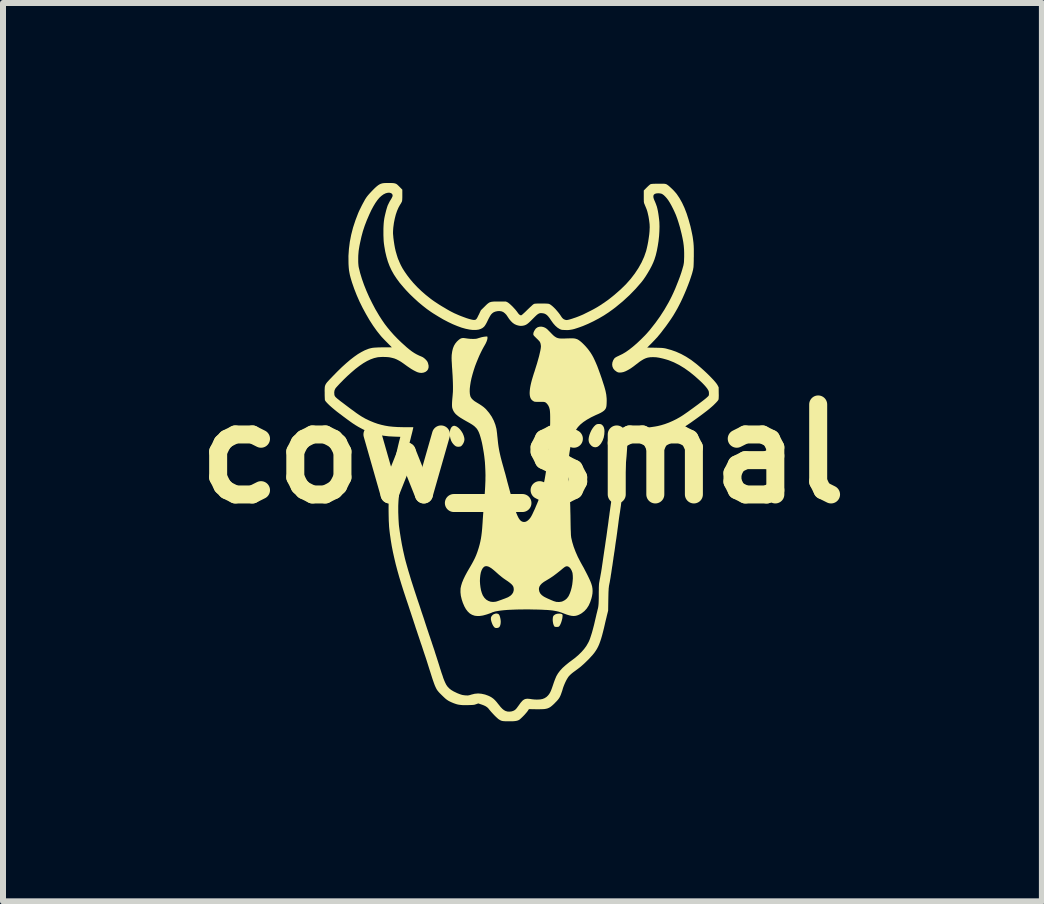
<source format=kicad_pcb>
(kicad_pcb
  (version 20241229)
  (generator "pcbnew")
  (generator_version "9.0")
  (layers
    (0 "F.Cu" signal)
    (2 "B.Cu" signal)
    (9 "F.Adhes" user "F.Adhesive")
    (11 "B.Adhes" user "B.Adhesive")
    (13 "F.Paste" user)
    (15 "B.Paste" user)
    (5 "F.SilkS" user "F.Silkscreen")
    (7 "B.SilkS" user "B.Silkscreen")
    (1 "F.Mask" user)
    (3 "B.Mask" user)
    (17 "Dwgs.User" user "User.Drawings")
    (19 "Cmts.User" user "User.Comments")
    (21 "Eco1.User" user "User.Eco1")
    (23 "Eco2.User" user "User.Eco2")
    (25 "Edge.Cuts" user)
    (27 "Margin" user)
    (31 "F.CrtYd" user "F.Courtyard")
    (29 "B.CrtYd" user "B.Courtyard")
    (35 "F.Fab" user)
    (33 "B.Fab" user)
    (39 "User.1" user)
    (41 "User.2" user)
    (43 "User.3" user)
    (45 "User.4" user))
  (footprint "cow_smal"
    (layer "F.Cu")
    (at 5.657 4.512)
    (property "Reference" "cow_smal" (at 0 0 0) (layer "F.SilkS") (effects (font (size 1.5 1.5) (thickness 0.3))))
    (attr board_only exclude_from_pos_files exclude_from_bom)
    (fp_poly (pts (xy -0.403 2.67) (xy -0.402 2.671) (xy -0.393 2.678) (xy -0.387 2.687) (xy -0.38 2.701) (xy -0.374 2.72) (xy -0.366 2.755) (xy -0.362 2.79) (xy -0.363 2.823) (xy -0.368 2.852) (xy -0.377 2.876) (xy -0.388 2.891) (xy -0.404 2.9) (xy -0.424 2.904) (xy -0.444 2.904) (xy -0.46 2.899) (xy -0.473 2.887) (xy -0.487 2.868) (xy -0.5 2.844) (xy -0.511 2.816) (xy -0.52 2.788) (xy -0.526 2.76) (xy -0.526 2.757) (xy -0.525 2.729) (xy -0.514 2.705) (xy -0.495 2.685) (xy -0.478 2.674) (xy -0.45 2.664) (xy -0.425 2.663)) (stroke (width 0) (type solid)) (fill yes) (layer "F.SilkS"))
    (fp_poly (pts (xy -1.124 -0.464) (xy -1.094 -0.452) (xy -1.066 -0.431) (xy -1.039 -0.404) (xy -1.015 -0.372) (xy -0.994 -0.337) (xy -0.979 -0.3) (xy -0.969 -0.263) (xy -0.967 -0.236) (xy -0.97 -0.213) (xy -0.978 -0.189) (xy -0.99 -0.165) (xy -1.004 -0.145) (xy -1.019 -0.129) (xy -1.035 -0.12) (xy -1.036 -0.12) (xy -1.067 -0.116) (xy -1.092 -0.118) (xy -1.113 -0.126) (xy -1.134 -0.142) (xy -1.155 -0.164) (xy -1.174 -0.19) (xy -1.189 -0.219) (xy -1.191 -0.225) (xy -1.201 -0.255) (xy -1.207 -0.284) (xy -1.211 -0.315) (xy -1.211 -0.338) (xy -1.209 -0.375) (xy -1.201 -0.407) (xy -1.19 -0.432) (xy -1.174 -0.451) (xy -1.156 -0.463) (xy -1.135 -0.466)) (stroke (width 0) (type solid)) (fill yes) (layer "F.SilkS"))
    (fp_poly (pts (xy 0.637 2.666) (xy 0.654 2.671) (xy 0.657 2.673) (xy 0.664 2.678) (xy 0.668 2.684) (xy 0.669 2.692) (xy 0.668 2.707) (xy 0.668 2.717) (xy 0.664 2.745) (xy 0.657 2.774) (xy 0.648 2.804) (xy 0.638 2.831) (xy 0.627 2.854) (xy 0.616 2.872) (xy 0.605 2.881) (xy 0.595 2.885) (xy 0.579 2.886) (xy 0.562 2.886) (xy 0.546 2.885) (xy 0.536 2.882) (xy 0.534 2.88) (xy 0.522 2.86) (xy 0.513 2.834) (xy 0.507 2.803) (xy 0.504 2.77) (xy 0.506 2.739) (xy 0.506 2.738) (xy 0.509 2.719) (xy 0.514 2.706) (xy 0.523 2.694) (xy 0.525 2.693) (xy 0.547 2.677) (xy 0.577 2.667) (xy 0.613 2.664)) (stroke (width 0) (type solid)) (fill yes) (layer "F.SilkS"))
    (fp_poly (pts (xy 1.294 -0.495) (xy 1.307 -0.492) (xy 1.318 -0.487) (xy 1.325 -0.482) (xy 1.343 -0.464) (xy 1.356 -0.44) (xy 1.364 -0.41) (xy 1.367 -0.378) (xy 1.364 -0.323) (xy 1.354 -0.269) (xy 1.336 -0.219) (xy 1.311 -0.174) (xy 1.298 -0.157) (xy 1.273 -0.131) (xy 1.247 -0.114) (xy 1.219 -0.108) (xy 1.191 -0.111) (xy 1.174 -0.117) (xy 1.153 -0.13) (xy 1.134 -0.15) (xy 1.117 -0.173) (xy 1.108 -0.194) (xy 1.104 -0.214) (xy 1.102 -0.236) (xy 1.102 -0.242) (xy 1.107 -0.278) (xy 1.117 -0.316) (xy 1.132 -0.355) (xy 1.15 -0.393) (xy 1.172 -0.428) (xy 1.195 -0.457) (xy 1.218 -0.479) (xy 1.222 -0.482) (xy 1.236 -0.49) (xy 1.248 -0.494) (xy 1.265 -0.496) (xy 1.275 -0.496)) (stroke (width 0) (type solid)) (fill yes) (layer "F.SilkS"))
    (fp_poly (pts (xy 0.32 -2.118) (xy 0.351 -2.111) (xy 0.38 -2.099) (xy 0.409 -2.079) (xy 0.436 -2.052) (xy 0.463 -2.025) (xy 0.484 -2.003) (xy 0.5 -1.987) (xy 0.513 -1.974) (xy 0.524 -1.965) (xy 0.533 -1.957) (xy 0.543 -1.951) (xy 0.544 -1.95) (xy 0.559 -1.94) (xy 0.574 -1.933) (xy 0.588 -1.928) (xy 0.605 -1.924) (xy 0.625 -1.921) (xy 0.65 -1.92) (xy 0.682 -1.92) (xy 0.721 -1.921) (xy 0.74 -1.922) (xy 0.783 -1.923) (xy 0.817 -1.923) (xy 0.845 -1.923) (xy 0.868 -1.921) (xy 0.886 -1.917) (xy 0.902 -1.912) (xy 0.918 -1.906) (xy 0.933 -1.897) (xy 0.941 -1.892) (xy 0.964 -1.875) (xy 0.991 -1.852) (xy 1.02 -1.824) (xy 1.049 -1.794) (xy 1.076 -1.763) (xy 1.088 -1.749) (xy 1.113 -1.716) (xy 1.137 -1.682) (xy 1.16 -1.645) (xy 1.182 -1.605) (xy 1.203 -1.561) (xy 1.225 -1.512) (xy 1.248 -1.457) (xy 1.271 -1.395) (xy 1.296 -1.326) (xy 1.323 -1.249) (xy 1.328 -1.233) (xy 1.346 -1.177) (xy 1.362 -1.128) (xy 1.374 -1.086) (xy 1.384 -1.049) (xy 1.391 -1.015) (xy 1.397 -0.984) (xy 1.4 -0.954) (xy 1.403 -0.924) (xy 1.404 -0.891) (xy 1.404 -0.879) (xy 1.403 -0.84) (xy 1.401 -0.807) (xy 1.397 -0.779) (xy 1.389 -0.756) (xy 1.376 -0.736) (xy 1.359 -0.718) (xy 1.336 -0.701) (xy 1.306 -0.683) (xy 1.269 -0.665) (xy 1.223 -0.645) (xy 1.144 -0.607) (xy 1.075 -0.568) (xy 1.015 -0.528) (xy 0.965 -0.487) (xy 0.924 -0.444) (xy 0.893 -0.4) (xy 0.888 -0.391) (xy 0.866 -0.345) (xy 0.846 -0.291) (xy 0.827 -0.231) (xy 0.81 -0.165) (xy 0.796 -0.094) (xy 0.784 -0.021) (xy 0.774 0.053) (xy 0.771 0.09) (xy 0.769 0.119) (xy 0.768 0.156) (xy 0.768 0.199) (xy 0.768 0.246) (xy 0.768 0.296) (xy 0.769 0.347) (xy 0.77 0.398) (xy 0.772 0.446) (xy 0.774 0.489) (xy 0.776 0.527) (xy 0.776 0.527) (xy 0.781 0.595) (xy 0.786 0.658) (xy 0.789 0.716) (xy 0.792 0.773) (xy 0.795 0.831) (xy 0.797 0.89) (xy 0.798 0.954) (xy 0.8 1.024) (xy 0.801 1.089) (xy 0.802 1.154) (xy 0.803 1.21) (xy 0.804 1.257) (xy 0.806 1.297) (xy 0.807 1.329) (xy 0.808 1.355) (xy 0.81 1.375) (xy 0.812 1.389) (xy 0.812 1.394) (xy 0.83 1.472) (xy 0.854 1.551) (xy 0.885 1.633) (xy 0.923 1.719) (xy 0.97 1.81) (xy 1.001 1.866) (xy 1.021 1.901) (xy 1.041 1.94) (xy 1.062 1.98) (xy 1.083 2.021) (xy 1.102 2.06) (xy 1.119 2.096) (xy 1.133 2.128) (xy 1.143 2.154) (xy 1.147 2.164) (xy 1.16 2.207) (xy 1.167 2.248) (xy 1.169 2.287) (xy 1.167 2.328) (xy 1.159 2.374) (xy 1.15 2.41) (xy 1.129 2.474) (xy 1.103 2.531) (xy 1.071 2.58) (xy 1.033 2.622) (xy 0.99 2.656) (xy 0.974 2.666) (xy 0.942 2.683) (xy 0.911 2.695) (xy 0.881 2.702) (xy 0.85 2.704) (xy 0.817 2.701) (xy 0.78 2.693) (xy 0.737 2.68) (xy 0.689 2.662) (xy 0.658 2.65) (xy 0.628 2.64) (xy 0.599 2.631) (xy 0.569 2.624) (xy 0.537 2.618) (xy 0.502 2.612) (xy 0.464 2.608) (xy 0.421 2.604) (xy 0.373 2.602) (xy 0.318 2.599) (xy 0.255 2.597) (xy 0.184 2.596) (xy 0.159 2.595) (xy 0.071 2.594) (xy -0.014 2.595) (xy -0.094 2.596) (xy -0.17 2.599) (xy -0.24 2.602) (xy -0.303 2.607) (xy -0.359 2.613) (xy -0.407 2.62) (xy -0.447 2.627) (xy -0.459 2.63) (xy -0.479 2.636) (xy -0.496 2.641) (xy -0.507 2.645) (xy -0.51 2.647) (xy -0.519 2.651) (xy -0.536 2.658) (xy -0.557 2.665) (xy -0.582 2.674) (xy -0.608 2.682) (xy -0.634 2.689) (xy -0.656 2.695) (xy -0.673 2.698) (xy -0.716 2.704) (xy -0.755 2.704) (xy -0.792 2.7) (xy -0.8 2.698) (xy -0.84 2.684) (xy -0.877 2.662) (xy -0.911 2.63) (xy -0.942 2.59) (xy -0.966 2.548) (xy -0.993 2.486) (xy -1.013 2.425) (xy -1.027 2.365) (xy -1.033 2.308) (xy -1.032 2.256) (xy -1.031 2.241) (xy -1.021 2.196) (xy -1.006 2.147) (xy -0.995 2.121) (xy -0.709 2.121) (xy -0.706 2.173) (xy -0.7 2.224) (xy -0.691 2.273) (xy -0.678 2.318) (xy -0.662 2.358) (xy -0.658 2.365) (xy -0.634 2.401) (xy -0.604 2.431) (xy -0.569 2.452) (xy -0.53 2.466) (xy -0.49 2.47) (xy -0.448 2.466) (xy -0.439 2.464) (xy -0.425 2.46) (xy -0.404 2.453) (xy -0.379 2.444) (xy -0.35 2.434) (xy -0.321 2.423) (xy -0.293 2.413) (xy -0.269 2.403) (xy -0.249 2.395) (xy -0.238 2.39) (xy -0.201 2.367) (xy -0.174 2.341) (xy -0.155 2.311) (xy -0.146 2.278) (xy -0.145 2.265) (xy 0.275 2.265) (xy 0.282 2.299) (xy 0.298 2.33) (xy 0.323 2.357) (xy 0.355 2.38) (xy 0.371 2.389) (xy 0.393 2.4) (xy 0.42 2.413) (xy 0.45 2.426) (xy 0.479 2.439) (xy 0.506 2.45) (xy 0.523 2.457) (xy 0.566 2.469) (xy 0.61 2.471) (xy 0.652 2.465) (xy 0.672 2.458) (xy 0.709 2.438) (xy 0.741 2.411) (xy 0.767 2.376) (xy 0.773 2.365) (xy 0.791 2.325) (xy 0.807 2.279) (xy 0.82 2.23) (xy 0.83 2.179) (xy 0.836 2.127) (xy 0.84 2.078) (xy 0.839 2.033) (xy 0.835 1.993) (xy 0.831 1.976) (xy 0.819 1.945) (xy 0.804 1.918) (xy 0.787 1.897) (xy 0.767 1.882) (xy 0.748 1.876) (xy 0.744 1.875) (xy 0.734 1.876) (xy 0.725 1.878) (xy 0.715 1.882) (xy 0.703 1.889) (xy 0.688 1.9) (xy 0.668 1.916) (xy 0.642 1.938) (xy 0.636 1.943) (xy 0.573 1.993) (xy 0.512 2.039) (xy 0.453 2.078) (xy 0.4 2.11) (xy 0.357 2.136) (xy 0.323 2.162) (xy 0.299 2.188) (xy 0.283 2.214) (xy 0.275 2.241) (xy 0.275 2.265) (xy -0.145 2.265) (xy -0.145 2.259) (xy -0.147 2.235) (xy -0.153 2.214) (xy -0.165 2.194) (xy -0.184 2.173) (xy -0.21 2.151) (xy -0.243 2.126) (xy -0.254 2.119) (xy -0.288 2.096) (xy -0.317 2.076) (xy -0.342 2.057) (xy -0.366 2.037) (xy -0.393 2.015) (xy -0.42 1.991) (xy -0.458 1.957) (xy -0.49 1.93) (xy -0.517 1.909) (xy -0.541 1.894) (xy -0.561 1.883) (xy -0.579 1.877) (xy -0.596 1.874) (xy -0.602 1.873) (xy -0.623 1.876) (xy -0.641 1.885) (xy -0.657 1.902) (xy -0.665 1.912) (xy -0.681 1.942) (xy -0.694 1.98) (xy -0.702 2.023) (xy -0.707 2.071) (xy -0.709 2.121) (xy -0.995 2.121) (xy -0.984 2.093) (xy -0.955 2.033) (xy -0.92 1.968) (xy -0.889 1.915) (xy -0.853 1.853) (xy -0.822 1.797) (xy -0.795 1.744) (xy -0.772 1.692) (xy -0.752 1.639) (xy -0.734 1.584) (xy -0.726 1.558) (xy -0.713 1.511) (xy -0.702 1.464) (xy -0.692 1.415) (xy -0.684 1.362) (xy -0.677 1.305) (xy -0.671 1.241) (xy -0.666 1.17) (xy -0.664 1.143) (xy -0.662 1.106) (xy -0.659 1.065) (xy -0.656 1.022) (xy -0.653 0.982) (xy -0.652 0.969) (xy -0.645 0.879) (xy -0.638 0.797) (xy -0.633 0.724) (xy -0.628 0.657) (xy -0.624 0.597) (xy -0.621 0.542) (xy -0.619 0.492) (xy -0.617 0.446) (xy -0.617 0.402) (xy -0.616 0.36) (xy -0.617 0.32) (xy -0.618 0.28) (xy -0.62 0.239) (xy -0.622 0.197) (xy -0.625 0.152) (xy -0.625 0.146) (xy -0.63 0.098) (xy -0.636 0.044) (xy -0.644 -0.013) (xy -0.654 -0.072) (xy -0.664 -0.129) (xy -0.675 -0.184) (xy -0.687 -0.233) (xy -0.698 -0.273) (xy -0.711 -0.316) (xy -0.724 -0.351) (xy -0.737 -0.379) (xy -0.751 -0.403) (xy -0.766 -0.424) (xy -0.783 -0.441) (xy -0.795 -0.453) (xy -0.806 -0.463) (xy -0.819 -0.472) (xy -0.834 -0.483) (xy -0.853 -0.495) (xy -0.876 -0.509) (xy -0.906 -0.526) (xy -0.935 -0.542) (xy -0.985 -0.571) (xy -1.027 -0.596) (xy -1.061 -0.619) (xy -1.089 -0.641) (xy -1.112 -0.661) (xy -1.13 -0.682) (xy -1.145 -0.704) (xy -1.157 -0.727) (xy -1.162 -0.74) (xy -1.167 -0.754) (xy -1.171 -0.768) (xy -1.173 -0.785) (xy -1.174 -0.806) (xy -1.174 -0.828) (xy -1.173 -0.856) (xy -1.171 -0.89) (xy -1.168 -0.925) (xy -1.165 -0.956) (xy -1.162 -0.993) (xy -1.159 -1.032) (xy -1.158 -1.075) (xy -1.158 -1.122) (xy -1.159 -1.175) (xy -1.161 -1.234) (xy -1.164 -1.3) (xy -1.169 -1.375) (xy -1.17 -1.397) (xy -1.174 -1.447) (xy -1.176 -1.489) (xy -1.178 -1.524) (xy -1.18 -1.553) (xy -1.18 -1.576) (xy -1.181 -1.596) (xy -1.18 -1.613) (xy -1.18 -1.629) (xy -1.179 -1.645) (xy -1.178 -1.655) (xy -1.17 -1.71) (xy -1.158 -1.758) (xy -1.141 -1.8) (xy -1.119 -1.837) (xy -1.092 -1.87) (xy -1.075 -1.886) (xy -1.057 -1.902) (xy -1.041 -1.913) (xy -1.038 -1.915) (xy -1.022 -1.923) (xy -1.006 -1.927) (xy -0.988 -1.929) (xy -0.966 -1.927) (xy -0.937 -1.923) (xy -0.925 -1.921) (xy -0.901 -1.918) (xy -0.871 -1.915) (xy -0.841 -1.914) (xy -0.828 -1.913) (xy -0.803 -1.914) (xy -0.784 -1.915) (xy -0.766 -1.917) (xy -0.747 -1.922) (xy -0.723 -1.93) (xy -0.718 -1.931) (xy -0.681 -1.942) (xy -0.647 -1.949) (xy -0.624 -1.952) (xy -0.587 -1.955) (xy -0.583 -1.942) (xy -0.583 -1.923) (xy -0.588 -1.899) (xy -0.598 -1.87) (xy -0.613 -1.837) (xy -0.623 -1.819) (xy -0.65 -1.772) (xy -0.673 -1.729) (xy -0.694 -1.687) (xy -0.716 -1.641) (xy -0.734 -1.599) (xy -0.763 -1.529) (xy -0.79 -1.459) (xy -0.813 -1.389) (xy -0.833 -1.321) (xy -0.85 -1.256) (xy -0.863 -1.194) (xy -0.872 -1.136) (xy -0.878 -1.083) (xy -0.879 -1.036) (xy -0.876 -0.995) (xy -0.869 -0.961) (xy -0.863 -0.946) (xy -0.848 -0.922) (xy -0.826 -0.899) (xy -0.798 -0.876) (xy -0.761 -0.853) (xy -0.756 -0.85) (xy -0.713 -0.824) (xy -0.677 -0.8) (xy -0.646 -0.777) (xy -0.619 -0.753) (xy -0.604 -0.738) (xy -0.555 -0.68) (xy -0.512 -0.617) (xy -0.477 -0.55) (xy -0.451 -0.482) (xy -0.433 -0.413) (xy -0.433 -0.41) (xy -0.43 -0.392) (xy -0.427 -0.367) (xy -0.423 -0.337) (xy -0.42 -0.303) (xy -0.416 -0.268) (xy -0.415 -0.259) (xy -0.41 -0.21) (xy -0.405 -0.165) (xy -0.399 -0.122) (xy -0.392 -0.08) (xy -0.384 -0.037) (xy -0.374 0.008) (xy -0.363 0.056) (xy -0.349 0.11) (xy -0.333 0.169) (xy -0.314 0.236) (xy -0.312 0.244) (xy -0.302 0.281) (xy -0.291 0.318) (xy -0.281 0.354) (xy -0.273 0.386) (xy -0.266 0.412) (xy -0.263 0.422) (xy -0.255 0.456) (xy -0.244 0.496) (xy -0.232 0.54) (xy -0.219 0.588) (xy -0.206 0.637) (xy -0.192 0.687) (xy -0.178 0.737) (xy -0.165 0.784) (xy -0.152 0.828) (xy -0.141 0.867) (xy -0.131 0.9) (xy -0.123 0.925) (xy -0.121 0.933) (xy -0.102 0.988) (xy -0.083 1.033) (xy -0.065 1.07) (xy -0.046 1.098) (xy -0.026 1.119) (xy -0.005 1.131) (xy 0.018 1.137) (xy 0.042 1.136) (xy 0.053 1.133) (xy 0.073 1.124) (xy 0.095 1.108) (xy 0.116 1.087) (xy 0.135 1.062) (xy 0.141 1.053) (xy 0.154 1.03) (xy 0.17 0.998) (xy 0.187 0.961) (xy 0.207 0.919) (xy 0.226 0.873) (xy 0.246 0.827) (xy 0.265 0.779) (xy 0.284 0.734) (xy 0.3 0.691) (xy 0.313 0.652) (xy 0.314 0.65) (xy 0.33 0.6) (xy 0.344 0.546) (xy 0.358 0.487) (xy 0.371 0.423) (xy 0.383 0.353) (xy 0.395 0.277) (xy 0.407 0.193) (xy 0.418 0.101) (xy 0.428 0.002) (xy 0.439 -0.107) (xy 0.442 -0.137) (xy 0.447 -0.199) (xy 0.451 -0.263) (xy 0.455 -0.327) (xy 0.458 -0.391) (xy 0.46 -0.453) (xy 0.462 -0.512) (xy 0.462 -0.567) (xy 0.462 -0.617) (xy 0.461 -0.661) (xy 0.459 -0.699) (xy 0.456 -0.728) (xy 0.454 -0.74) (xy 0.444 -0.776) (xy 0.428 -0.808) (xy 0.408 -0.835) (xy 0.385 -0.855) (xy 0.378 -0.858) (xy 0.371 -0.861) (xy 0.36 -0.863) (xy 0.346 -0.865) (xy 0.325 -0.865) (xy 0.296 -0.865) (xy 0.285 -0.865) (xy 0.254 -0.865) (xy 0.232 -0.865) (xy 0.216 -0.866) (xy 0.204 -0.867) (xy 0.195 -0.87) (xy 0.187 -0.873) (xy 0.187 -0.874) (xy 0.161 -0.891) (xy 0.142 -0.913) (xy 0.129 -0.942) (xy 0.122 -0.977) (xy 0.12 -1.013) (xy 0.122 -1.05) (xy 0.126 -1.088) (xy 0.133 -1.129) (xy 0.143 -1.175) (xy 0.156 -1.226) (xy 0.173 -1.283) (xy 0.193 -1.348) (xy 0.198 -1.361) (xy 0.221 -1.435) (xy 0.243 -1.505) (xy 0.261 -1.569) (xy 0.277 -1.626) (xy 0.289 -1.678) (xy 0.299 -1.722) (xy 0.305 -1.758) (xy 0.308 -1.786) (xy 0.308 -1.792) (xy 0.306 -1.811) (xy 0.302 -1.832) (xy 0.3 -1.841) (xy 0.296 -1.852) (xy 0.291 -1.862) (xy 0.284 -1.873) (xy 0.273 -1.885) (xy 0.258 -1.901) (xy 0.236 -1.922) (xy 0.216 -1.942) (xy 0.201 -1.957) (xy 0.191 -1.968) (xy 0.185 -1.977) (xy 0.182 -1.984) (xy 0.181 -1.991) (xy 0.181 -1.997) (xy 0.184 -2.018) (xy 0.194 -2.042) (xy 0.208 -2.066) (xy 0.224 -2.087) (xy 0.23 -2.092) (xy 0.255 -2.109) (xy 0.284 -2.117) (xy 0.318 -2.118)) (stroke (width 0) (type solid)) (fill yes) (layer "F.SilkS"))
    (fp_poly (pts (xy -2.19 -4.512) (xy -2.16 -4.511) (xy -2.137 -4.508) (xy -2.118 -4.503) (xy -2.101 -4.496) (xy -2.085 -4.484) (xy -2.068 -4.468) (xy -2.048 -4.448) (xy -2.045 -4.445) (xy -2.002 -4.401) (xy -2.002 -4.307) (xy -2.002 -4.274) (xy -2.003 -4.249) (xy -2.004 -4.229) (xy -2.006 -4.214) (xy -2.01 -4.2) (xy -2.017 -4.187) (xy -2.025 -4.172) (xy -2.037 -4.153) (xy -2.04 -4.149) (xy -2.066 -4.102) (xy -2.09 -4.047) (xy -2.111 -3.985) (xy -2.128 -3.918) (xy -2.142 -3.848) (xy -2.152 -3.774) (xy -2.154 -3.751) (xy -2.156 -3.719) (xy -2.157 -3.693) (xy -2.157 -3.669) (xy -2.155 -3.644) (xy -2.152 -3.613) (xy -2.152 -3.607) (xy -2.144 -3.545) (xy -2.135 -3.485) (xy -2.125 -3.43) (xy -2.114 -3.382) (xy -2.114 -3.382) (xy -2.109 -3.363) (xy -2.102 -3.34) (xy -2.095 -3.315) (xy -2.087 -3.29) (xy -2.08 -3.267) (xy -2.073 -3.248) (xy -2.068 -3.235) (xy -2.066 -3.231) (xy -2.062 -3.224) (xy -2.057 -3.211) (xy -2.051 -3.196) (xy -2.028 -3.145) (xy -1.998 -3.089) (xy -1.961 -3.031) (xy -1.919 -2.971) (xy -1.873 -2.911) (xy -1.823 -2.852) (xy -1.819 -2.847) (xy -1.752 -2.776) (xy -1.684 -2.711) (xy -1.612 -2.648) (xy -1.533 -2.585) (xy -1.502 -2.562) (xy -1.471 -2.54) (xy -1.433 -2.515) (xy -1.392 -2.488) (xy -1.347 -2.46) (xy -1.301 -2.433) (xy -1.256 -2.406) (xy -1.214 -2.382) (xy -1.176 -2.362) (xy -1.144 -2.346) (xy -1.143 -2.345) (xy -1.102 -2.327) (xy -1.059 -2.308) (xy -1.016 -2.291) (xy -0.973 -2.275) (xy -0.932 -2.26) (xy -0.894 -2.248) (xy -0.861 -2.239) (xy -0.834 -2.233) (xy -0.816 -2.23) (xy -0.8 -2.23) (xy -0.787 -2.232) (xy -0.777 -2.237) (xy -0.767 -2.246) (xy -0.757 -2.26) (xy -0.746 -2.281) (xy -0.732 -2.31) (xy -0.728 -2.316) (xy -0.693 -2.391) (xy -0.631 -2.452) (xy -0.607 -2.476) (xy -0.587 -2.495) (xy -0.569 -2.509) (xy -0.553 -2.52) (xy -0.535 -2.527) (xy -0.516 -2.532) (xy -0.492 -2.535) (xy -0.463 -2.537) (xy -0.428 -2.537) (xy -0.393 -2.537) (xy -0.276 -2.537) (xy -0.248 -2.524) (xy -0.233 -2.514) (xy -0.213 -2.498) (xy -0.19 -2.477) (xy -0.165 -2.453) (xy -0.141 -2.427) (xy -0.118 -2.402) (xy -0.098 -2.377) (xy -0.082 -2.356) (xy -0.082 -2.355) (xy -0.063 -2.33) (xy -0.045 -2.314) (xy -0.029 -2.307) (xy -0.018 -2.308) (xy -0.012 -2.312) (xy 0.000482 -2.322) (xy 0.017 -2.337) (xy 0.038 -2.356) (xy 0.061 -2.378) (xy 0.078 -2.395) (xy 0.103 -2.419) (xy 0.127 -2.442) (xy 0.148 -2.461) (xy 0.165 -2.477) (xy 0.178 -2.488) (xy 0.183 -2.491) (xy 0.19 -2.495) (xy 0.196 -2.498) (xy 0.204 -2.5) (xy 0.214 -2.501) (xy 0.228 -2.502) (xy 0.248 -2.503) (xy 0.274 -2.503) (xy 0.308 -2.503) (xy 0.317 -2.503) (xy 0.354 -2.503) (xy 0.382 -2.503) (xy 0.403 -2.502) (xy 0.419 -2.501) (xy 0.431 -2.5) (xy 0.44 -2.498) (xy 0.447 -2.495) (xy 0.455 -2.492) (xy 0.457 -2.491) (xy 0.475 -2.479) (xy 0.498 -2.461) (xy 0.523 -2.438) (xy 0.55 -2.411) (xy 0.576 -2.381) (xy 0.601 -2.351) (xy 0.623 -2.322) (xy 0.632 -2.309) (xy 0.647 -2.286) (xy 0.659 -2.269) (xy 0.669 -2.258) (xy 0.678 -2.25) (xy 0.687 -2.243) (xy 0.696 -2.239) (xy 0.709 -2.233) (xy 0.722 -2.23) (xy 0.735 -2.228) (xy 0.751 -2.23) (xy 0.771 -2.234) (xy 0.796 -2.241) (xy 0.829 -2.251) (xy 0.843 -2.256) (xy 0.891 -2.272) (xy 0.933 -2.288) (xy 0.972 -2.304) (xy 1.012 -2.321) (xy 1.056 -2.343) (xy 1.074 -2.352) (xy 1.126 -2.378) (xy 1.171 -2.401) (xy 1.211 -2.423) (xy 1.246 -2.443) (xy 1.28 -2.464) (xy 1.315 -2.486) (xy 1.33 -2.497) (xy 1.361 -2.517) (xy 1.386 -2.535) (xy 1.409 -2.551) (xy 1.431 -2.567) (xy 1.453 -2.584) (xy 1.477 -2.603) (xy 1.506 -2.626) (xy 1.54 -2.654) (xy 1.542 -2.656) (xy 1.637 -2.739) (xy 1.724 -2.824) (xy 1.803 -2.913) (xy 1.872 -3.003) (xy 1.933 -3.095) (xy 1.985 -3.188) (xy 2.028 -3.283) (xy 2.061 -3.378) (xy 2.073 -3.426) (xy 2.085 -3.48) (xy 2.096 -3.538) (xy 2.105 -3.597) (xy 2.113 -3.655) (xy 2.118 -3.709) (xy 2.12 -3.758) (xy 2.121 -3.773) (xy 2.119 -3.826) (xy 2.112 -3.884) (xy 2.102 -3.948) (xy 2.092 -3.993) (xy 2.086 -4.019) (xy 2.079 -4.045) (xy 2.07 -4.072) (xy 2.058 -4.102) (xy 2.043 -4.138) (xy 2.035 -4.158) (xy 2.03 -4.169) (xy 2.027 -4.178) (xy 2.025 -4.188) (xy 2.023 -4.201) (xy 2.023 -4.218) (xy 2.022 -4.24) (xy 2.022 -4.27) (xy 2.022 -4.287) (xy 2.022 -4.387) (xy 2.071 -4.437) (xy 2.096 -4.461) (xy 2.116 -4.479) (xy 2.131 -4.49) (xy 2.139 -4.494) (xy 2.15 -4.496) (xy 2.168 -4.498) (xy 2.194 -4.499) (xy 2.229 -4.5) (xy 2.268 -4.5) (xy 2.305 -4.5) (xy 2.332 -4.5) (xy 2.353 -4.5) (xy 2.369 -4.499) (xy 2.38 -4.497) (xy 2.389 -4.495) (xy 2.397 -4.492) (xy 2.405 -4.489) (xy 2.405 -4.488) (xy 2.419 -4.479) (xy 2.439 -4.464) (xy 2.461 -4.444) (xy 2.486 -4.421) (xy 2.511 -4.397) (xy 2.534 -4.372) (xy 2.555 -4.348) (xy 2.57 -4.33) (xy 2.616 -4.262) (xy 2.66 -4.184) (xy 2.7 -4.098) (xy 2.737 -4.002) (xy 2.77 -3.898) (xy 2.801 -3.786) (xy 2.801 -3.785) (xy 2.815 -3.723) (xy 2.827 -3.667) (xy 2.837 -3.615) (xy 2.844 -3.565) (xy 2.85 -3.516) (xy 2.854 -3.464) (xy 2.856 -3.409) (xy 2.856 -3.349) (xy 2.856 -3.281) (xy 2.855 -3.265) (xy 2.855 -3.221) (xy 2.854 -3.185) (xy 2.853 -3.156) (xy 2.852 -3.133) (xy 2.851 -3.115) (xy 2.849 -3.099) (xy 2.846 -3.084) (xy 2.844 -3.07) (xy 2.841 -3.057) (xy 2.827 -3.004) (xy 2.808 -2.945) (xy 2.786 -2.88) (xy 2.76 -2.811) (xy 2.732 -2.74) (xy 2.702 -2.669) (xy 2.671 -2.599) (xy 2.639 -2.531) (xy 2.607 -2.468) (xy 2.583 -2.422) (xy 2.548 -2.361) (xy 2.513 -2.302) (xy 2.475 -2.244) (xy 2.434 -2.185) (xy 2.389 -2.122) (xy 2.342 -2.061) (xy 2.315 -2.025) (xy 2.291 -1.995) (xy 2.269 -1.969) (xy 2.249 -1.944) (xy 2.227 -1.921) (xy 2.203 -1.895) (xy 2.174 -1.865) (xy 2.155 -1.845) (xy 2.079 -1.769) (xy 2.21 -1.767) (xy 2.253 -1.766) (xy 2.287 -1.765) (xy 2.316 -1.764) (xy 2.34 -1.762) (xy 2.362 -1.759) (xy 2.384 -1.755) (xy 2.408 -1.749) (xy 2.435 -1.741) (xy 2.468 -1.732) (xy 2.473 -1.731) (xy 2.559 -1.701) (xy 2.644 -1.663) (xy 2.728 -1.617) (xy 2.813 -1.562) (xy 2.898 -1.497) (xy 2.928 -1.472) (xy 2.978 -1.429) (xy 3.026 -1.386) (xy 3.072 -1.343) (xy 3.114 -1.302) (xy 3.152 -1.263) (xy 3.186 -1.227) (xy 3.214 -1.195) (xy 3.236 -1.167) (xy 3.251 -1.144) (xy 3.253 -1.14) (xy 3.27 -1.107) (xy 3.271 -1.012) (xy 3.272 -0.973) (xy 3.271 -0.943) (xy 3.27 -0.921) (xy 3.268 -0.907) (xy 3.267 -0.902) (xy 3.26 -0.89) (xy 3.247 -0.874) (xy 3.228 -0.853) (xy 3.206 -0.831) (xy 3.181 -0.806) (xy 3.154 -0.782) (xy 3.127 -0.759) (xy 3.111 -0.745) (xy 3.073 -0.715) (xy 3.031 -0.683) (xy 2.986 -0.649) (xy 2.94 -0.615) (xy 2.893 -0.581) (xy 2.848 -0.549) (xy 2.806 -0.519) (xy 2.768 -0.493) (xy 2.735 -0.471) (xy 2.719 -0.461) (xy 2.654 -0.423) (xy 2.585 -0.389) (xy 2.514 -0.358) (xy 2.445 -0.333) (xy 2.413 -0.323) (xy 2.348 -0.307) (xy 2.276 -0.293) (xy 2.196 -0.281) (xy 2.109 -0.272) (xy 2.018 -0.265) (xy 1.923 -0.261) (xy 1.825 -0.259) (xy 1.824 -0.259) (xy 1.755 -0.259) (xy 1.752 -0.206) (xy 1.747 -0.138) (xy 1.743 -0.075) (xy 1.739 -0.016) (xy 1.735 0.04) (xy 1.73 0.094) (xy 1.725 0.149) (xy 1.72 0.204) (xy 1.714 0.263) (xy 1.707 0.325) (xy 1.7 0.394) (xy 1.691 0.469) (xy 1.682 0.542) (xy 1.677 0.588) (xy 1.67 0.64) (xy 1.663 0.695) (xy 1.655 0.753) (xy 1.647 0.812) (xy 1.64 0.87) (xy 1.632 0.924) (xy 1.625 0.974) (xy 1.618 1.016) (xy 1.614 1.043) (xy 1.61 1.07) (xy 1.606 1.1) (xy 1.602 1.128) (xy 1.602 1.131) (xy 1.599 1.154) (xy 1.595 1.185) (xy 1.59 1.223) (xy 1.584 1.266) (xy 1.578 1.314) (xy 1.571 1.364) (xy 1.564 1.415) (xy 1.556 1.466) (xy 1.549 1.515) (xy 1.543 1.561) (xy 1.537 1.603) (xy 1.534 1.624) (xy 1.529 1.654) (xy 1.524 1.69) (xy 1.518 1.726) (xy 1.514 1.758) (xy 1.509 1.79) (xy 1.504 1.826) (xy 1.499 1.861) (xy 1.494 1.89) (xy 1.49 1.917) (xy 1.485 1.95) (xy 1.48 1.986) (xy 1.474 2.021) (xy 1.472 2.034) (xy 1.468 2.063) (xy 1.463 2.091) (xy 1.459 2.114) (xy 1.456 2.132) (xy 1.455 2.139) (xy 1.45 2.162) (xy 1.446 2.183) (xy 1.442 2.203) (xy 1.44 2.223) (xy 1.437 2.245) (xy 1.436 2.27) (xy 1.434 2.3) (xy 1.433 2.335) (xy 1.432 2.378) (xy 1.431 2.427) (xy 1.428 2.615) (xy 1.407 2.698) (xy 1.4 2.729) (xy 1.392 2.761) (xy 1.385 2.79) (xy 1.379 2.815) (xy 1.377 2.825) (xy 1.359 2.903) (xy 1.342 2.971) (xy 1.326 3.032) (xy 1.31 3.086) (xy 1.294 3.134) (xy 1.278 3.177) (xy 1.26 3.217) (xy 1.241 3.253) (xy 1.22 3.286) (xy 1.197 3.319) (xy 1.171 3.351) (xy 1.141 3.384) (xy 1.109 3.419) (xy 1.094 3.434) (xy 1.058 3.469) (xy 1.027 3.499) (xy 0.999 3.524) (xy 0.973 3.547) (xy 0.945 3.569) (xy 0.916 3.591) (xy 0.889 3.611) (xy 0.853 3.637) (xy 0.825 3.659) (xy 0.802 3.679) (xy 0.783 3.698) (xy 0.767 3.716) (xy 0.765 3.719) (xy 0.75 3.742) (xy 0.733 3.771) (xy 0.716 3.805) (xy 0.7 3.841) (xy 0.686 3.876) (xy 0.676 3.904) (xy 0.663 3.949) (xy 0.65 3.986) (xy 0.639 4.017) (xy 0.628 4.042) (xy 0.616 4.065) (xy 0.602 4.086) (xy 0.586 4.106) (xy 0.566 4.128) (xy 0.542 4.152) (xy 0.538 4.157) (xy 0.512 4.182) (xy 0.488 4.203) (xy 0.466 4.22) (xy 0.444 4.233) (xy 0.421 4.243) (xy 0.395 4.25) (xy 0.365 4.255) (xy 0.33 4.257) (xy 0.288 4.258) (xy 0.238 4.258) (xy 0.221 4.258) (xy 0.108 4.256) (xy 0.087 4.288) (xy 0.075 4.304) (xy 0.058 4.324) (xy 0.039 4.346) (xy 0.017 4.369) (xy -0.004 4.39) (xy -0.025 4.41) (xy -0.042 4.425) (xy -0.055 4.435) (xy -0.059 4.437) (xy -0.074 4.444) (xy -0.09 4.449) (xy -0.108 4.453) (xy -0.13 4.456) (xy -0.157 4.458) (xy -0.191 4.458) (xy -0.225 4.459) (xy -0.26 4.458) (xy -0.288 4.458) (xy -0.309 4.457) (xy -0.325 4.455) (xy -0.338 4.453) (xy -0.348 4.45) (xy -0.35 4.45) (xy -0.368 4.442) (xy -0.388 4.43) (xy -0.402 4.421) (xy -0.421 4.404) (xy -0.445 4.382) (xy -0.47 4.357) (xy -0.496 4.329) (xy -0.521 4.302) (xy -0.542 4.277) (xy -0.554 4.263) (xy -0.571 4.241) (xy -0.59 4.224) (xy -0.612 4.209) (xy -0.64 4.195) (xy -0.674 4.182) (xy -0.692 4.176) (xy -0.736 4.161) (xy -0.772 4.174) (xy -0.785 4.178) (xy -0.796 4.182) (xy -0.809 4.184) (xy -0.823 4.186) (xy -0.842 4.187) (xy -0.866 4.188) (xy -0.898 4.189) (xy -0.911 4.189) (xy -0.959 4.189) (xy -0.999 4.189) (xy -1.033 4.186) (xy -1.063 4.182) (xy -1.091 4.176) (xy -1.119 4.167) (xy -1.145 4.158) (xy -1.181 4.143) (xy -1.211 4.129) (xy -1.237 4.115) (xy -1.261 4.099) (xy -1.286 4.079) (xy -1.312 4.055) (xy -1.343 4.025) (xy -1.346 4.022) (xy -1.364 4.004) (xy -1.38 3.988) (xy -1.395 3.972) (xy -1.407 3.957) (xy -1.419 3.942) (xy -1.43 3.925) (xy -1.44 3.906) (xy -1.45 3.885) (xy -1.461 3.86) (xy -1.472 3.831) (xy -1.484 3.797) (xy -1.498 3.757) (xy -1.513 3.71) (xy -1.53 3.656) (xy -1.55 3.594) (xy -1.563 3.553) (xy -1.579 3.502) (xy -1.596 3.448) (xy -1.614 3.393) (xy -1.632 3.34) (xy -1.649 3.289) (xy -1.664 3.243) (xy -1.677 3.203) (xy -1.68 3.194) (xy -1.693 3.158) (xy -1.707 3.115) (xy -1.723 3.067) (xy -1.741 3.014) (xy -1.759 2.959) (xy -1.778 2.904) (xy -1.795 2.85) (xy -1.806 2.818) (xy -1.823 2.765) (xy -1.842 2.708) (xy -1.861 2.65) (xy -1.88 2.593) (xy -1.898 2.538) (xy -1.915 2.487) (xy -1.93 2.443) (xy -1.937 2.422) (xy -1.98 2.292) (xy -2.019 2.169) (xy -2.054 2.053) (xy -2.085 1.943) (xy -2.113 1.837) (xy -2.137 1.735) (xy -2.159 1.636) (xy -2.178 1.539) (xy -2.194 1.442) (xy -2.2 1.399) (xy -2.208 1.345) (xy -2.214 1.297) (xy -2.219 1.252) (xy -2.223 1.209) (xy -2.225 1.165) (xy -2.228 1.118) (xy -2.229 1.065) (xy -2.23 1.021) (xy -2.231 0.949) (xy -2.231 0.884) (xy -2.23 0.824) (xy -2.228 0.766) (xy -2.224 0.71) (xy -2.219 0.653) (xy -2.212 0.594) (xy -2.204 0.531) (xy -2.193 0.462) (xy -2.181 0.385) (xy -2.18 0.381) (xy -2.173 0.343) (xy -2.165 0.298) (xy -2.155 0.247) (xy -2.144 0.192) (xy -2.132 0.135) (xy -2.119 0.076) (xy -2.107 0.018) (xy -2.094 -0.039) (xy -2.082 -0.091) (xy -2.071 -0.139) (xy -2.061 -0.18) (xy -2.054 -0.21) (xy -2.048 -0.231) (xy -2.043 -0.251) (xy -2.039 -0.265) (xy -2.038 -0.269) (xy -2.036 -0.282) (xy -2.125 -0.285) (xy -2.226 -0.29) (xy -2.32 -0.301) (xy -2.408 -0.318) (xy -2.492 -0.34) (xy -2.573 -0.369) (xy -2.653 -0.404) (xy -2.733 -0.447) (xy -2.783 -0.477) (xy -2.799 -0.488) (xy -2.815 -0.498) (xy -2.832 -0.509) (xy -2.85 -0.522) (xy -2.87 -0.536) (xy -2.893 -0.553) (xy -2.921 -0.573) (xy -2.953 -0.597) (xy -2.991 -0.625) (xy -3.035 -0.659) (xy -3.048 -0.668) (xy -3.095 -0.704) (xy -3.138 -0.739) (xy -3.177 -0.772) (xy -3.212 -0.803) (xy -3.241 -0.831) (xy -3.264 -0.855) (xy -3.281 -0.875) (xy -3.29 -0.89) (xy -3.292 -0.894) (xy -3.293 -0.904) (xy -3.294 -0.922) (xy -3.295 -0.946) (xy -3.296 -0.975) (xy -3.296 -1.006) (xy -3.296 -1.014) (xy -3.296 -1.025) (xy -3.137 -1.025) (xy -3.135 -0.992) (xy -3.134 -0.981) (xy -3.131 -0.972) (xy -3.128 -0.963) (xy -3.122 -0.954) (xy -3.113 -0.943) (xy -3.1 -0.931) (xy -3.083 -0.916) (xy -3.061 -0.899) (xy -3.034 -0.877) (xy -2.999 -0.851) (xy -2.97 -0.829) (xy -2.912 -0.785) (xy -2.86 -0.746) (xy -2.814 -0.713) (xy -2.774 -0.683) (xy -2.738 -0.658) (xy -2.705 -0.636) (xy -2.675 -0.617) (xy -2.646 -0.601) (xy -2.619 -0.585) (xy -2.591 -0.572) (xy -2.563 -0.558) (xy -2.534 -0.545) (xy -2.473 -0.52) (xy -2.413 -0.499) (xy -2.352 -0.482) (xy -2.29 -0.468) (xy -2.225 -0.457) (xy -2.156 -0.45) (xy -2.08 -0.445) (xy -1.997 -0.443) (xy -1.961 -0.442) (xy -1.819 -0.442) (xy -1.821 -0.43) (xy -1.822 -0.422) (xy -1.826 -0.407) (xy -1.831 -0.384) (xy -1.838 -0.355) (xy -1.847 -0.32) (xy -1.857 -0.281) (xy -1.867 -0.239) (xy -1.873 -0.217) (xy -1.884 -0.171) (xy -1.896 -0.126) (xy -1.906 -0.082) (xy -1.916 -0.041) (xy -1.925 -0.005) (xy -1.932 0.025) (xy -1.937 0.047) (xy -1.938 0.051) (xy -1.945 0.082) (xy -1.953 0.118) (xy -1.961 0.155) (xy -1.969 0.191) (xy -1.971 0.2) (xy -1.988 0.28) (xy -2.004 0.362) (xy -2.018 0.443) (xy -2.032 0.523) (xy -2.044 0.6) (xy -2.054 0.671) (xy -2.062 0.736) (xy -2.066 0.784) (xy -2.068 0.822) (xy -2.07 0.868) (xy -2.07 0.919) (xy -2.07 0.973) (xy -2.068 1.029) (xy -2.066 1.083) (xy -2.063 1.134) (xy -2.06 1.18) (xy -2.057 1.209) (xy -2.044 1.303) (xy -2.028 1.404) (xy -2.01 1.508) (xy -1.989 1.612) (xy -1.972 1.687) (xy -1.96 1.74) (xy -1.944 1.801) (xy -1.925 1.869) (xy -1.904 1.943) (xy -1.88 2.022) (xy -1.855 2.106) (xy -1.827 2.193) (xy -1.798 2.283) (xy -1.768 2.374) (xy -1.754 2.417) (xy -1.737 2.467) (xy -1.718 2.523) (xy -1.698 2.584) (xy -1.678 2.646) (xy -1.657 2.707) (xy -1.638 2.764) (xy -1.624 2.808) (xy -1.608 2.857) (xy -1.591 2.909) (xy -1.573 2.962) (xy -1.556 3.014) (xy -1.539 3.063) (xy -1.525 3.106) (xy -1.512 3.142) (xy -1.512 3.145) (xy -1.499 3.183) (xy -1.484 3.228) (xy -1.467 3.278) (xy -1.451 3.33) (xy -1.434 3.382) (xy -1.418 3.432) (xy -1.409 3.46) (xy -1.39 3.52) (xy -1.374 3.572) (xy -1.36 3.615) (xy -1.348 3.653) (xy -1.337 3.684) (xy -1.328 3.71) (xy -1.321 3.733) (xy -1.314 3.752) (xy -1.307 3.769) (xy -1.301 3.785) (xy -1.294 3.8) (xy -1.289 3.812) (xy -1.27 3.85) (xy -1.247 3.883) (xy -1.22 3.911) (xy -1.187 3.937) (xy -1.147 3.961) (xy -1.099 3.984) (xy -1.089 3.989) (xy -1.054 4.003) (xy -1.026 4.013) (xy -1.001 4.02) (xy -0.977 4.024) (xy -0.951 4.027) (xy -0.945 4.027) (xy -0.924 4.028) (xy -0.907 4.028) (xy -0.891 4.025) (xy -0.873 4.021) (xy -0.852 4.014) (xy -0.795 4) (xy -0.738 3.995) (xy -0.682 4) (xy -0.623 4.013) (xy -0.612 4.017) (xy -0.573 4.031) (xy -0.54 4.046) (xy -0.511 4.063) (xy -0.484 4.083) (xy -0.458 4.107) (xy -0.431 4.137) (xy -0.401 4.175) (xy -0.394 4.183) (xy -0.364 4.221) (xy -0.336 4.25) (xy -0.309 4.272) (xy -0.282 4.287) (xy -0.254 4.295) (xy -0.245 4.297) (xy -0.214 4.298) (xy -0.181 4.294) (xy -0.155 4.286) (xy -0.138 4.278) (xy -0.123 4.268) (xy -0.109 4.255) (xy -0.094 4.238) (xy -0.076 4.213) (xy -0.072 4.208) (xy -0.049 4.176) (xy -0.031 4.151) (xy -0.015 4.133) (xy -0.002 4.118) (xy 0.011 4.107) (xy 0.023 4.099) (xy 0.026 4.097) (xy 0.043 4.089) (xy 0.06 4.085) (xy 0.081 4.083) (xy 0.106 4.084) (xy 0.139 4.088) (xy 0.149 4.09) (xy 0.174 4.093) (xy 0.204 4.096) (xy 0.234 4.097) (xy 0.244 4.097) (xy 0.293 4.095) (xy 0.335 4.087) (xy 0.37 4.073) (xy 0.401 4.053) (xy 0.425 4.03) (xy 0.439 4.013) (xy 0.452 3.994) (xy 0.464 3.973) (xy 0.475 3.949) (xy 0.487 3.918) (xy 0.5 3.881) (xy 0.511 3.849) (xy 0.522 3.816) (xy 0.534 3.783) (xy 0.546 3.752) (xy 0.557 3.726) (xy 0.565 3.707) (xy 0.592 3.661) (xy 0.626 3.616) (xy 0.668 3.57) (xy 0.719 3.524) (xy 0.778 3.476) (xy 0.808 3.454) (xy 0.876 3.403) (xy 0.934 3.353) (xy 0.984 3.304) (xy 1.027 3.255) (xy 1.064 3.205) (xy 1.094 3.153) (xy 1.107 3.128) (xy 1.123 3.09) (xy 1.139 3.042) (xy 1.157 2.986) (xy 1.175 2.921) (xy 1.194 2.848) (xy 1.213 2.766) (xy 1.221 2.732) (xy 1.227 2.706) (xy 1.234 2.675) (xy 1.242 2.644) (xy 1.246 2.627) (xy 1.252 2.601) (xy 1.258 2.579) (xy 1.262 2.559) (xy 1.265 2.539) (xy 1.267 2.52) (xy 1.269 2.498) (xy 1.27 2.473) (xy 1.271 2.443) (xy 1.272 2.406) (xy 1.272 2.362) (xy 1.272 2.347) (xy 1.272 2.301) (xy 1.273 2.264) (xy 1.273 2.234) (xy 1.274 2.209) (xy 1.275 2.188) (xy 1.276 2.171) (xy 1.278 2.154) (xy 1.281 2.138) (xy 1.284 2.12) (xy 1.288 2.099) (xy 1.288 2.098) (xy 1.294 2.068) (xy 1.299 2.039) (xy 1.304 2.011) (xy 1.31 1.98) (xy 1.315 1.948) (xy 1.321 1.911) (xy 1.327 1.869) (xy 1.334 1.822) (xy 1.342 1.766) (xy 1.35 1.712) (xy 1.364 1.616) (xy 1.377 1.53) (xy 1.388 1.452) (xy 1.399 1.38) (xy 1.408 1.315) (xy 1.416 1.255) (xy 1.424 1.2) (xy 1.431 1.149) (xy 1.437 1.1) (xy 1.443 1.057) (xy 1.448 1.022) (xy 1.453 0.982) (xy 1.459 0.94) (xy 1.465 0.897) (xy 1.471 0.855) (xy 1.477 0.814) (xy 1.482 0.777) (xy 1.487 0.745) (xy 1.491 0.72) (xy 1.494 0.702) (xy 1.494 0.699) (xy 1.496 0.687) (xy 1.499 0.665) (xy 1.503 0.636) (xy 1.507 0.601) (xy 1.512 0.56) (xy 1.518 0.515) (xy 1.523 0.466) (xy 1.529 0.415) (xy 1.535 0.363) (xy 1.541 0.311) (xy 1.546 0.273) (xy 1.555 0.183) (xy 1.565 0.086) (xy 1.574 -0.016) (xy 1.582 -0.119) (xy 1.589 -0.22) (xy 1.592 -0.261) (xy 1.594 -0.299) (xy 1.597 -0.334) (xy 1.599 -0.365) (xy 1.6 -0.39) (xy 1.601 -0.409) (xy 1.602 -0.419) (xy 1.602 -0.421) (xy 1.607 -0.422) (xy 1.62 -0.423) (xy 1.64 -0.423) (xy 1.667 -0.423) (xy 1.698 -0.423) (xy 1.732 -0.422) (xy 1.735 -0.422) (xy 1.862 -0.422) (xy 1.982 -0.426) (xy 2.097 -0.437) (xy 2.207 -0.453) (xy 2.256 -0.462) (xy 2.313 -0.476) (xy 2.375 -0.495) (xy 2.44 -0.519) (xy 2.504 -0.547) (xy 2.565 -0.577) (xy 2.622 -0.609) (xy 2.625 -0.611) (xy 2.653 -0.628) (xy 2.685 -0.649) (xy 2.721 -0.674) (xy 2.76 -0.701) (xy 2.801 -0.731) (xy 2.843 -0.761) (xy 2.885 -0.792) (xy 2.926 -0.822) (xy 2.965 -0.852) (xy 3.001 -0.879) (xy 3.033 -0.904) (xy 3.06 -0.926) (xy 3.08 -0.944) (xy 3.094 -0.957) (xy 3.102 -0.966) (xy 3.106 -0.976) (xy 3.108 -0.988) (xy 3.108 -1.005) (xy 3.107 -1.026) (xy 3.104 -1.042) (xy 3.097 -1.058) (xy 3.094 -1.062) (xy 3.081 -1.084) (xy 3.064 -1.106) (xy 3.045 -1.129) (xy 3.021 -1.155) (xy 2.993 -1.184) (xy 2.959 -1.216) (xy 2.918 -1.253) (xy 2.872 -1.294) (xy 2.786 -1.364) (xy 2.699 -1.426) (xy 2.612 -1.479) (xy 2.525 -1.523) (xy 2.438 -1.558) (xy 2.403 -1.569) (xy 2.338 -1.587) (xy 2.28 -1.6) (xy 2.228 -1.608) (xy 2.179 -1.61) (xy 2.133 -1.609) (xy 2.12 -1.607) (xy 2.088 -1.602) (xy 2.056 -1.592) (xy 2.024 -1.578) (xy 1.99 -1.558) (xy 1.952 -1.533) (xy 1.91 -1.5) (xy 1.905 -1.497) (xy 1.852 -1.456) (xy 1.804 -1.422) (xy 1.76 -1.396) (xy 1.721 -1.376) (xy 1.685 -1.362) (xy 1.651 -1.355) (xy 1.624 -1.353) (xy 1.605 -1.354) (xy 1.589 -1.358) (xy 1.572 -1.366) (xy 1.568 -1.369) (xy 1.537 -1.392) (xy 1.514 -1.42) (xy 1.5 -1.452) (xy 1.495 -1.485) (xy 1.499 -1.521) (xy 1.512 -1.557) (xy 1.52 -1.57) (xy 1.529 -1.585) (xy 1.54 -1.597) (xy 1.555 -1.607) (xy 1.574 -1.618) (xy 1.6 -1.63) (xy 1.612 -1.636) (xy 1.666 -1.662) (xy 1.722 -1.695) (xy 1.78 -1.736) (xy 1.841 -1.784) (xy 1.906 -1.84) (xy 1.975 -1.905) (xy 1.975 -1.905) (xy 2.009 -1.939) (xy 2.04 -1.97) (xy 2.069 -2.001) (xy 2.096 -2.032) (xy 2.124 -2.064) (xy 2.153 -2.101) (xy 2.186 -2.143) (xy 2.216 -2.181) (xy 2.292 -2.287) (xy 2.365 -2.4) (xy 2.435 -2.521) (xy 2.463 -2.574) (xy 2.489 -2.626) (xy 2.517 -2.686) (xy 2.545 -2.749) (xy 2.572 -2.816) (xy 2.599 -2.884) (xy 2.624 -2.95) (xy 2.646 -3.014) (xy 2.664 -3.073) (xy 2.679 -3.126) (xy 2.68 -3.127) (xy 2.684 -3.146) (xy 2.687 -3.163) (xy 2.69 -3.18) (xy 2.692 -3.201) (xy 2.693 -3.226) (xy 2.694 -3.257) (xy 2.695 -3.281) (xy 2.695 -3.347) (xy 2.693 -3.408) (xy 2.688 -3.468) (xy 2.68 -3.528) (xy 2.668 -3.592) (xy 2.653 -3.661) (xy 2.646 -3.689) (xy 2.625 -3.773) (xy 2.603 -3.847) (xy 2.581 -3.915) (xy 2.558 -3.978) (xy 2.532 -4.037) (xy 2.512 -4.079) (xy 2.483 -4.136) (xy 2.456 -4.184) (xy 2.43 -4.225) (xy 2.405 -4.258) (xy 2.38 -4.286) (xy 2.355 -4.31) (xy 2.328 -4.329) (xy 2.327 -4.329) (xy 2.312 -4.335) (xy 2.291 -4.339) (xy 2.267 -4.341) (xy 2.243 -4.34) (xy 2.224 -4.337) (xy 2.203 -4.329) (xy 2.189 -4.316) (xy 2.182 -4.299) (xy 2.182 -4.276) (xy 2.189 -4.248) (xy 2.203 -4.213) (xy 2.204 -4.212) (xy 2.215 -4.186) (xy 2.226 -4.158) (xy 2.235 -4.132) (xy 2.239 -4.122) (xy 2.248 -4.087) (xy 2.257 -4.046) (xy 2.265 -3.999) (xy 2.272 -3.95) (xy 2.278 -3.9) (xy 2.282 -3.857) (xy 2.284 -3.786) (xy 2.282 -3.708) (xy 2.277 -3.627) (xy 2.268 -3.545) (xy 2.255 -3.462) (xy 2.24 -3.383) (xy 2.222 -3.308) (xy 2.201 -3.241) (xy 2.2 -3.238) (xy 2.18 -3.187) (xy 2.154 -3.131) (xy 2.123 -3.072) (xy 2.089 -3.014) (xy 2.053 -2.956) (xy 2.016 -2.902) (xy 1.982 -2.858) (xy 1.887 -2.749) (xy 1.784 -2.643) (xy 1.672 -2.54) (xy 1.553 -2.442) (xy 1.511 -2.41) (xy 1.436 -2.356) (xy 1.355 -2.303) (xy 1.269 -2.253) (xy 1.182 -2.207) (xy 1.094 -2.165) (xy 1.009 -2.129) (xy 0.946 -2.106) (xy 0.901 -2.091) (xy 0.863 -2.079) (xy 0.83 -2.071) (xy 0.8 -2.066) (xy 0.771 -2.062) (xy 0.74 -2.061) (xy 0.713 -2.062) (xy 0.687 -2.063) (xy 0.668 -2.064) (xy 0.654 -2.066) (xy 0.642 -2.069) (xy 0.629 -2.075) (xy 0.618 -2.08) (xy 0.583 -2.102) (xy 0.548 -2.133) (xy 0.512 -2.174) (xy 0.477 -2.223) (xy 0.452 -2.26) (xy 0.43 -2.288) (xy 0.409 -2.31) (xy 0.388 -2.325) (xy 0.367 -2.335) (xy 0.343 -2.341) (xy 0.324 -2.343) (xy 0.308 -2.344) (xy 0.293 -2.343) (xy 0.28 -2.339) (xy 0.265 -2.332) (xy 0.25 -2.322) (xy 0.232 -2.307) (xy 0.21 -2.286) (xy 0.183 -2.259) (xy 0.168 -2.244) (xy 0.138 -2.214) (xy 0.113 -2.19) (xy 0.092 -2.172) (xy 0.073 -2.158) (xy 0.055 -2.148) (xy 0.038 -2.141) (xy 0.019 -2.136) (xy 0.003 -2.133) (xy -0.022 -2.131) (xy -0.045 -2.132) (xy -0.07 -2.137) (xy -0.096 -2.144) (xy -0.13 -2.159) (xy -0.161 -2.18) (xy -0.191 -2.209) (xy -0.221 -2.245) (xy -0.247 -2.284) (xy -0.268 -2.315) (xy -0.293 -2.341) (xy -0.318 -2.36) (xy -0.321 -2.362) (xy -0.348 -2.373) (xy -0.38 -2.378) (xy -0.414 -2.377) (xy -0.447 -2.37) (xy -0.451 -2.369) (xy -0.472 -2.361) (xy -0.489 -2.352) (xy -0.505 -2.339) (xy -0.52 -2.324) (xy -0.535 -2.303) (xy -0.551 -2.275) (xy -0.569 -2.241) (xy -0.577 -2.224) (xy -0.595 -2.187) (xy -0.611 -2.158) (xy -0.625 -2.136) (xy -0.639 -2.118) (xy -0.654 -2.105) (xy -0.67 -2.093) (xy -0.689 -2.084) (xy -0.691 -2.082) (xy -0.73 -2.069) (xy -0.776 -2.063) (xy -0.828 -2.063) (xy -0.885 -2.07) (xy -0.948 -2.083) (xy -1.015 -2.102) (xy -1.086 -2.128) (xy -1.161 -2.159) (xy -1.239 -2.196) (xy -1.321 -2.239) (xy -1.404 -2.288) (xy -1.49 -2.341) (xy -1.526 -2.365) (xy -1.594 -2.413) (xy -1.664 -2.468) (xy -1.736 -2.528) (xy -1.807 -2.593) (xy -1.876 -2.659) (xy -1.94 -2.726) (xy -1.985 -2.777) (xy -2.046 -2.849) (xy -2.098 -2.92) (xy -2.143 -2.988) (xy -2.182 -3.058) (xy -2.215 -3.129) (xy -2.243 -3.203) (xy -2.266 -3.281) (xy -2.286 -3.365) (xy -2.302 -3.457) (xy -2.309 -3.506) (xy -2.313 -3.545) (xy -2.315 -3.591) (xy -2.317 -3.642) (xy -2.317 -3.695) (xy -2.317 -3.748) (xy -2.315 -3.799) (xy -2.312 -3.845) (xy -2.308 -3.882) (xy -2.302 -3.923) (xy -2.293 -3.967) (xy -2.282 -4.013) (xy -2.271 -4.057) (xy -2.259 -4.098) (xy -2.248 -4.132) (xy -2.247 -4.135) (xy -2.236 -4.158) (xy -2.223 -4.185) (xy -2.21 -4.21) (xy -2.206 -4.216) (xy -2.19 -4.242) (xy -2.178 -4.263) (xy -2.171 -4.278) (xy -2.166 -4.289) (xy -2.164 -4.298) (xy -2.164 -4.305) (xy -2.168 -4.323) (xy -2.18 -4.337) (xy -2.198 -4.346) (xy -2.221 -4.351) (xy -2.247 -4.349) (xy -2.275 -4.342) (xy -2.281 -4.34) (xy -2.317 -4.322) (xy -2.351 -4.297) (xy -2.385 -4.266) (xy -2.418 -4.226) (xy -2.451 -4.179) (xy -2.484 -4.124) (xy -2.519 -4.059) (xy -2.553 -3.986) (xy -2.594 -3.891) (xy -2.629 -3.8) (xy -2.659 -3.709) (xy -2.684 -3.616) (xy -2.706 -3.516) (xy -2.707 -3.511) (xy -2.717 -3.462) (xy -2.724 -3.419) (xy -2.73 -3.38) (xy -2.733 -3.343) (xy -2.736 -3.306) (xy -2.737 -3.265) (xy -2.737 -3.238) (xy -2.737 -3.202) (xy -2.736 -3.174) (xy -2.734 -3.151) (xy -2.732 -3.13) (xy -2.729 -3.11) (xy -2.726 -3.098) (xy -2.704 -3.008) (xy -2.675 -2.913) (xy -2.64 -2.814) (xy -2.6 -2.714) (xy -2.555 -2.612) (xy -2.505 -2.511) (xy -2.453 -2.412) (xy -2.397 -2.317) (xy -2.387 -2.3) (xy -2.341 -2.229) (xy -2.295 -2.162) (xy -2.247 -2.1) (xy -2.197 -2.04) (xy -2.144 -1.98) (xy -2.085 -1.919) (xy -2.02 -1.856) (xy -1.978 -1.818) (xy -1.928 -1.773) (xy -1.883 -1.736) (xy -1.841 -1.704) (xy -1.8 -1.677) (xy -1.761 -1.655) (xy -1.72 -1.635) (xy -1.708 -1.63) (xy -1.682 -1.619) (xy -1.663 -1.61) (xy -1.649 -1.601) (xy -1.636 -1.591) (xy -1.622 -1.579) (xy -1.616 -1.573) (xy -1.6 -1.556) (xy -1.589 -1.542) (xy -1.581 -1.528) (xy -1.574 -1.51) (xy -1.573 -1.505) (xy -1.564 -1.468) (xy -1.565 -1.435) (xy -1.574 -1.407) (xy -1.591 -1.383) (xy -1.617 -1.364) (xy -1.621 -1.362) (xy -1.652 -1.351) (xy -1.686 -1.347) (xy -1.722 -1.351) (xy -1.755 -1.361) (xy -1.784 -1.375) (xy -1.819 -1.393) (xy -1.856 -1.415) (xy -1.893 -1.44) (xy -1.928 -1.464) (xy -1.936 -1.47) (xy -1.983 -1.504) (xy -2.025 -1.533) (xy -2.063 -1.555) (xy -2.098 -1.573) (xy -2.132 -1.587) (xy -2.168 -1.597) (xy -2.205 -1.605) (xy -2.215 -1.607) (xy -2.241 -1.61) (xy -2.273 -1.612) (xy -2.308 -1.613) (xy -2.344 -1.613) (xy -2.377 -1.611) (xy -2.405 -1.609) (xy -2.417 -1.607) (xy -2.473 -1.594) (xy -2.531 -1.573) (xy -2.59 -1.545) (xy -2.652 -1.509) (xy -2.716 -1.465) (xy -2.784 -1.413) (xy -2.855 -1.352) (xy -2.886 -1.324) (xy -2.917 -1.296) (xy -2.949 -1.265) (xy -2.981 -1.234) (xy -3.012 -1.202) (xy -3.041 -1.173) (xy -3.067 -1.145) (xy -3.089 -1.121) (xy -3.106 -1.102) (xy -3.117 -1.088) (xy -3.131 -1.059) (xy -3.137 -1.025) (xy -3.296 -1.025) (xy -3.297 -1.048) (xy -3.296 -1.077) (xy -3.295 -1.1) (xy -3.293 -1.12) (xy -3.288 -1.138) (xy -3.281 -1.154) (xy -3.271 -1.171) (xy -3.257 -1.19) (xy -3.238 -1.211) (xy -3.214 -1.237) (xy -3.185 -1.267) (xy -3.165 -1.288) (xy -3.085 -1.37) (xy -3.009 -1.444) (xy -2.937 -1.509) (xy -2.869 -1.567) (xy -2.804 -1.617) (xy -2.743 -1.66) (xy -2.684 -1.695) (xy -2.628 -1.724) (xy -2.575 -1.745) (xy -2.571 -1.747) (xy -2.548 -1.754) (xy -2.524 -1.76) (xy -2.499 -1.765) (xy -2.471 -1.768) (xy -2.439 -1.77) (xy -2.4 -1.772) (xy -2.354 -1.773) (xy -2.313 -1.773) (xy -2.176 -1.773) (xy -2.257 -1.855) (xy -2.282 -1.88) (xy -2.306 -1.905) (xy -2.328 -1.928) (xy -2.347 -1.948) (xy -2.36 -1.964) (xy -2.364 -1.968) (xy -2.427 -2.047) (xy -2.489 -2.134) (xy -2.549 -2.227) (xy -2.607 -2.327) (xy -2.663 -2.43) (xy -2.715 -2.535) (xy -2.762 -2.642) (xy -2.804 -2.749) (xy -2.84 -2.853) (xy -2.849 -2.882) (xy -2.864 -2.933) (xy -2.876 -2.979) (xy -2.884 -3.02) (xy -2.891 -3.061) (xy -2.895 -3.103) (xy -2.898 -3.15) (xy -2.899 -3.177) (xy -2.9 -3.296) (xy -2.892 -3.414) (xy -2.877 -3.532) (xy -2.854 -3.65) (xy -2.823 -3.77) (xy -2.783 -3.892) (xy -2.739 -4.007) (xy -2.728 -4.033) (xy -2.713 -4.065) (xy -2.695 -4.101) (xy -2.677 -4.138) (xy -2.658 -4.174) (xy -2.639 -4.208) (xy -2.623 -4.238) (xy -2.608 -4.261) (xy -2.605 -4.266) (xy -2.59 -4.287) (xy -2.569 -4.313) (xy -2.544 -4.341) (xy -2.517 -4.37) (xy -2.489 -4.399) (xy -2.462 -4.426) (xy -2.437 -4.449) (xy -2.415 -4.467) (xy -2.403 -4.476) (xy -2.384 -4.488) (xy -2.366 -4.497) (xy -2.348 -4.503) (xy -2.328 -4.508) (xy -2.303 -4.511) (xy -2.273 -4.512) (xy -2.236 -4.512) (xy -2.227 -4.512)) (stroke (width 0) (type solid)) (fill yes) (layer "F.SilkS")))
  (gr_rect
    (start -3 -3)
    (end 14.314 11.971)
    (stroke (width 0.1) (type default))
    (fill no)
    (layer "Edge.Cuts")))
</source>
